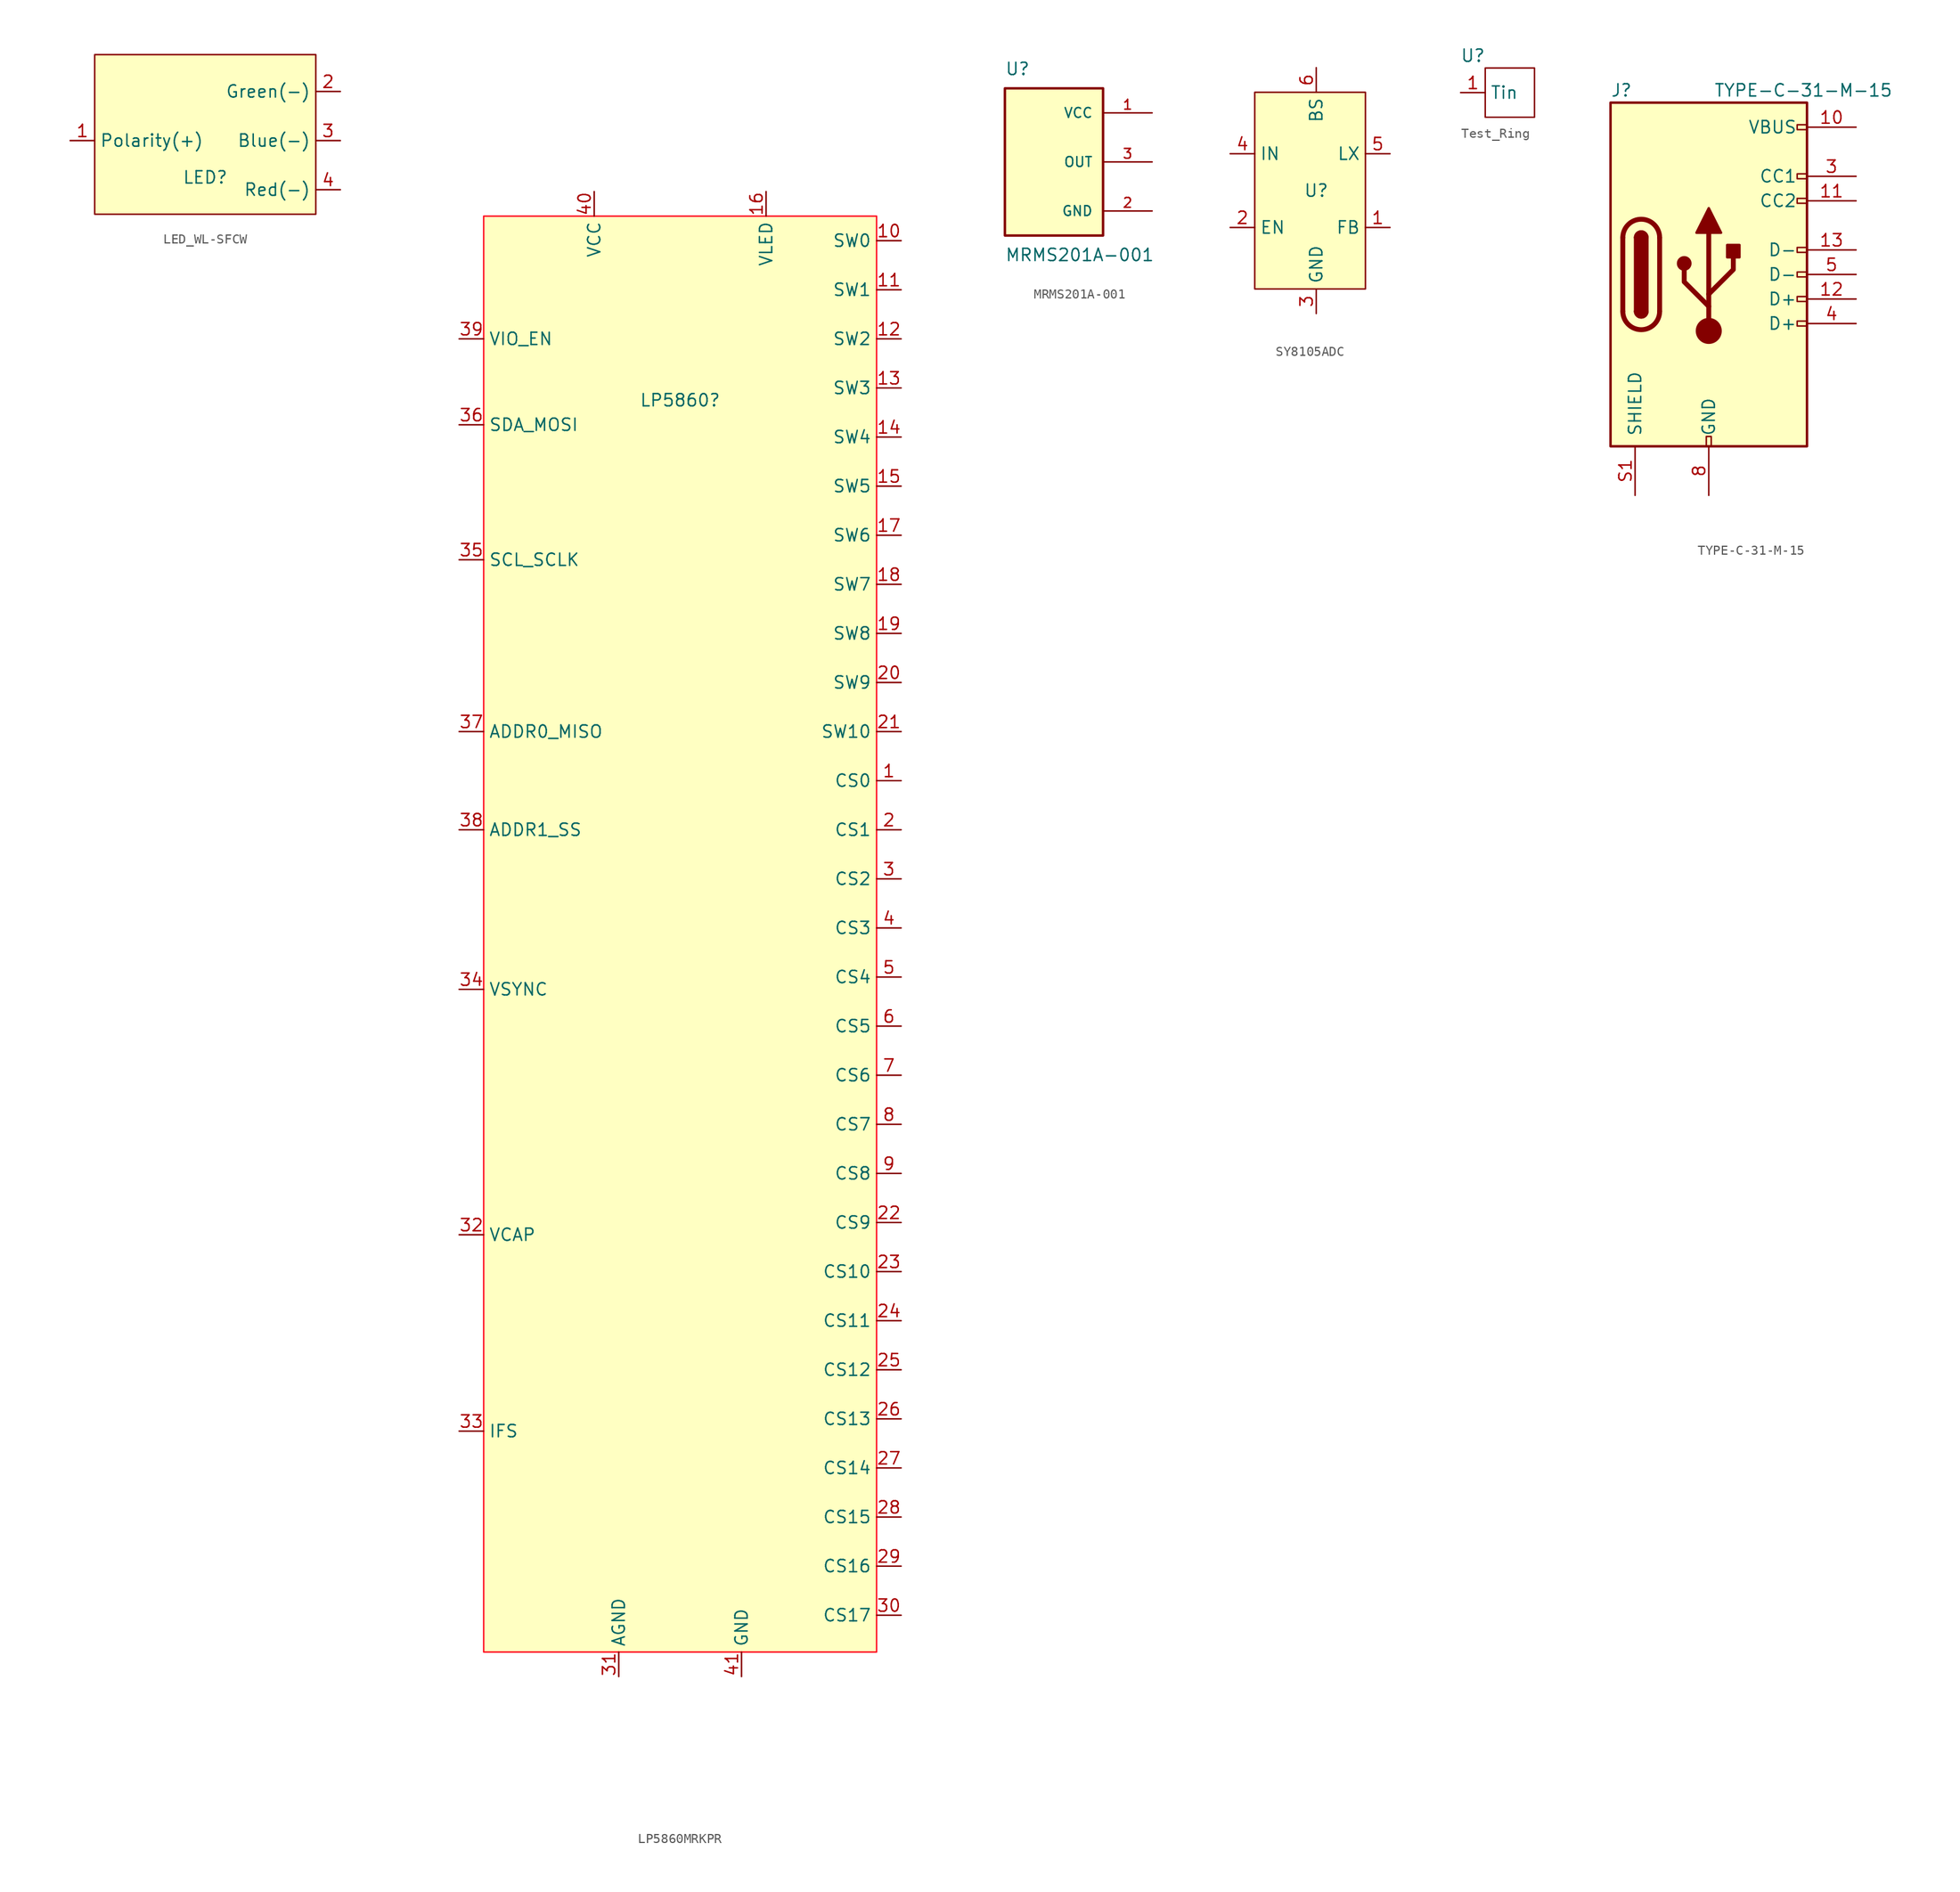
<source format=kicad_sym>
(kicad_symbol_lib
  (version 20220914)
  (generator kicad_symbol_editor)
  (symbol "LED_WL-SFCW"
    (property "Reference" "LED"
      (at 0 -5.08 0)
      (effects (font (size 1.27 1.27))))
    (property "Value" ""
      (at -2.54 -3.81 0)
      (effects (font (size 1.27 1.27))))
    (symbol "LED_WL-SFCW_0_1"
      (rectangle (start -11.43 7.62) (end 11.43 -8.89) (stroke (width 0) (type default)) (fill (type background))))
    (symbol "LED_WL-SFCW_1_1"
      (pin input line (at -13.97 -1.27 0) (length 2.54) (name "Polarity(+)" (effects (font (size 1.27 1.27)))) (number "1" (effects (font (size 1.27 1.27)))))
      (pin input line (at 13.97 3.81 180) (length 2.54) (name "Green(-)" (effects (font (size 1.27 1.27)))) (number "2" (effects (font (size 1.27 1.27)))))
      (pin input line (at 13.97 -1.27 180) (length 2.54) (name "Blue(-)" (effects (font (size 1.27 1.27)))) (number "3" (effects (font (size 1.27 1.27)))))
      (pin input line (at 13.97 -6.35 180) (length 2.54) (name "Red(-)" (effects (font (size 1.27 1.27)))) (number "4" (effects (font (size 1.27 1.27)))))))
  (symbol "LP5860MRKPR"
    (property "Reference" "LP5860"
      (at 0 49.53 0)
      (effects (font (size 1.27 1.27))))
    (property "Value" ""
      (at -12.7 68.58 0)
      (effects (font (size 1.27 1.27))))
    (symbol "LP5860MRKPR_0_1"
      (rectangle (start -20.32 68.58) (end 20.32 -80.01) (stroke (width 0) (type default) (color 255 15 34 1)) (fill (type background))))
    (symbol "LP5860MRKPR_1_1"
      (pin input line (at 22.86 10.16 180) (length 2.54) (name "CS0" (effects (font (size 1.27 1.27)))) (number "1" (effects (font (size 1.27 1.27)))))
      (pin input line (at 22.86 66.04 180) (length 2.54) (name "SW0" (effects (font (size 1.27 1.27)))) (number "10" (effects (font (size 1.27 1.27)))))
      (pin input line (at 22.86 60.96 180) (length 2.54) (name "SW1" (effects (font (size 1.27 1.27)))) (number "11" (effects (font (size 1.27 1.27)))))
      (pin input line (at 22.86 55.88 180) (length 2.54) (name "SW2" (effects (font (size 1.27 1.27)))) (number "12" (effects (font (size 1.27 1.27)))))
      (pin input line (at 22.86 50.8 180) (length 2.54) (name "SW3" (effects (font (size 1.27 1.27)))) (number "13" (effects (font (size 1.27 1.27)))))
      (pin input line (at 22.86 45.72 180) (length 2.54) (name "SW4" (effects (font (size 1.27 1.27)))) (number "14" (effects (font (size 1.27 1.27)))))
      (pin input line (at 22.86 40.64 180) (length 2.54) (name "SW5" (effects (font (size 1.27 1.27)))) (number "15" (effects (font (size 1.27 1.27)))))
      (pin input line (at 8.89 71.12 270) (length 2.54) (name "VLED" (effects (font (size 1.27 1.27)))) (number "16" (effects (font (size 1.27 1.27)))))
      (pin input line (at 22.86 35.56 180) (length 2.54) (name "SW6" (effects (font (size 1.27 1.27)))) (number "17" (effects (font (size 1.27 1.27)))))
      (pin input line (at 22.86 30.48 180) (length 2.54) (name "SW7" (effects (font (size 1.27 1.27)))) (number "18" (effects (font (size 1.27 1.27)))))
      (pin input line (at 22.86 25.4 180) (length 2.54) (name "SW8" (effects (font (size 1.27 1.27)))) (number "19" (effects (font (size 1.27 1.27)))))
      (pin input line (at 22.86 5.08 180) (length 2.54) (name "CS1" (effects (font (size 1.27 1.27)))) (number "2" (effects (font (size 1.27 1.27)))))
      (pin input line (at 22.86 20.32 180) (length 2.54) (name "SW9" (effects (font (size 1.27 1.27)))) (number "20" (effects (font (size 1.27 1.27)))))
      (pin input line (at 22.86 15.24 180) (length 2.54) (name "SW10" (effects (font (size 1.27 1.27)))) (number "21" (effects (font (size 1.27 1.27)))))
      (pin input line (at 22.86 -35.56 180) (length 2.54) (name "CS9" (effects (font (size 1.27 1.27)))) (number "22" (effects (font (size 1.27 1.27)))))
      (pin input line (at 22.86 -40.64 180) (length 2.54) (name "CS10" (effects (font (size 1.27 1.27)))) (number "23" (effects (font (size 1.27 1.27)))))
      (pin input line (at 22.86 -45.72 180) (length 2.54) (name "CS11" (effects (font (size 1.27 1.27)))) (number "24" (effects (font (size 1.27 1.27)))))
      (pin input line (at 22.86 -50.8 180) (length 2.54) (name "CS12" (effects (font (size 1.27 1.27)))) (number "25" (effects (font (size 1.27 1.27)))))
      (pin input line (at 22.86 -55.88 180) (length 2.54) (name "CS13" (effects (font (size 1.27 1.27)))) (number "26" (effects (font (size 1.27 1.27)))))
      (pin input line (at 22.86 -60.96 180) (length 2.54) (name "CS14" (effects (font (size 1.27 1.27)))) (number "27" (effects (font (size 1.27 1.27)))))
      (pin input line (at 22.86 -66.04 180) (length 2.54) (name "CS15" (effects (font (size 1.27 1.27)))) (number "28" (effects (font (size 1.27 1.27)))))
      (pin input line (at 22.86 -71.12 180) (length 2.54) (name "CS16" (effects (font (size 1.27 1.27)))) (number "29" (effects (font (size 1.27 1.27)))))
      (pin input line (at 22.86 0 180) (length 2.54) (name "CS2" (effects (font (size 1.27 1.27)))) (number "3" (effects (font (size 1.27 1.27)))))
      (pin input line (at 22.86 -76.2 180) (length 2.54) (name "CS17" (effects (font (size 1.27 1.27)))) (number "30" (effects (font (size 1.27 1.27)))))
      (pin input line (at -6.35 -82.55 90) (length 2.54) (name "AGND" (effects (font (size 1.27 1.27)))) (number "31" (effects (font (size 1.27 1.27)))))
      (pin input line (at -22.86 -36.83 0) (length 2.54) (name "VCAP" (effects (font (size 1.27 1.27)))) (number "32" (effects (font (size 1.27 1.27)))))
      (pin input line (at -22.86 -57.15 0) (length 2.54) (name "IFS" (effects (font (size 1.27 1.27)))) (number "33" (effects (font (size 1.27 1.27)))))
      (pin input line (at -22.86 -11.43 0) (length 2.54) (name "VSYNC" (effects (font (size 1.27 1.27)))) (number "34" (effects (font (size 1.27 1.27)))))
      (pin input line (at -22.86 33.02 0) (length 2.54) (name "SCL_SCLK" (effects (font (size 1.27 1.27)))) (number "35" (effects (font (size 1.27 1.27)))))
      (pin input line (at -22.86 46.99 0) (length 2.54) (name "SDA_MOSI" (effects (font (size 1.27 1.27)))) (number "36" (effects (font (size 1.27 1.27)))))
      (pin input line (at -22.86 15.24 0) (length 2.54) (name "ADDR0_MISO" (effects (font (size 1.27 1.27)))) (number "37" (effects (font (size 1.27 1.27)))))
      (pin input line (at -22.86 5.08 0) (length 2.54) (name "ADDR1_SS" (effects (font (size 1.27 1.27)))) (number "38" (effects (font (size 1.27 1.27)))))
      (pin input line (at -22.86 55.88 0) (length 2.54) (name "VIO_EN" (effects (font (size 1.27 1.27)))) (number "39" (effects (font (size 1.27 1.27)))))
      (pin input line (at 22.86 -5.08 180) (length 2.54) (name "CS3" (effects (font (size 1.27 1.27)))) (number "4" (effects (font (size 1.27 1.27)))))
      (pin input line (at -8.89 71.12 270) (length 2.54) (name "VCC" (effects (font (size 1.27 1.27)))) (number "40" (effects (font (size 1.27 1.27)))))
      (pin input line (at 6.35 -82.55 90) (length 2.54) (name "GND" (effects (font (size 1.27 1.27)))) (number "41" (effects (font (size 1.27 1.27)))))
      (pin input line (at 22.86 -10.16 180) (length 2.54) (name "CS4" (effects (font (size 1.27 1.27)))) (number "5" (effects (font (size 1.27 1.27)))))
      (pin input line (at 22.86 -15.24 180) (length 2.54) (name "CS5" (effects (font (size 1.27 1.27)))) (number "6" (effects (font (size 1.27 1.27)))))
      (pin input line (at 22.86 -20.32 180) (length 2.54) (name "CS6" (effects (font (size 1.27 1.27)))) (number "7" (effects (font (size 1.27 1.27)))))
      (pin input line (at 22.86 -25.4 180) (length 2.54) (name "CS7" (effects (font (size 1.27 1.27)))) (number "8" (effects (font (size 1.27 1.27)))))
      (pin input line (at 22.86 -30.48 180) (length 2.54) (name "CS8" (effects (font (size 1.27 1.27)))) (number "9" (effects (font (size 1.27 1.27)))))))
  (symbol "MRMS201A-001"
    (pin_names
      (offset 1.016))
    (property "Reference" "U"
      (at -5.08 8.89 0)
      (effects (font (size 1.27 1.27)) (justify left bottom)))
    (property "Value" "MRMS201A-001"
      (at -5.08 -8.89 0)
      (effects (font (size 1.27 1.27)) (justify left top)))
    (symbol "MRMS201A-001_0_0"
      (rectangle (start -5.08 7.62) (end 5.08 -7.62) (stroke (width 0.254) (type default)) (fill (type background)))
      (pin power_in line (at 10.16 5.08 180) (length 5.08) (name "VCC" (effects (font (size 1.016 1.016)))) (number "1" (effects (font (size 1.016 1.016)))))
      (pin power_in line (at 10.16 -5.08 180) (length 5.08) (name "GND" (effects (font (size 1.016 1.016)))) (number "2" (effects (font (size 1.016 1.016)))))
      (pin output line (at 10.16 0 180) (length 5.08) (name "OUT" (effects (font (size 1.016 1.016)))) (number "3" (effects (font (size 1.016 1.016)))))))
  (symbol "SY8105ADC"
    (property "Reference" "U"
      (at 0 2.54 0)
      (effects (font (size 1.27 1.27))))
    (property "Value" ""
      (at 0 0 0)
      (effects (font (size 1.27 1.27))))
    (symbol "SY8105ADC_0_1"
      (rectangle (start -6.35 12.7) (end 5.08 -7.62) (stroke (width 0) (type default)) (fill (type background))))
    (symbol "SY8105ADC_1_1"
      (pin input line (at 7.62 -1.27 180) (length 2.54) (name "FB" (effects (font (size 1.27 1.27)))) (number "1" (effects (font (size 1.27 1.27)))))
      (pin input line (at -8.89 -1.27 0) (length 2.54) (name "EN" (effects (font (size 1.27 1.27)))) (number "2" (effects (font (size 1.27 1.27)))))
      (pin input line (at 0 -10.16 90) (length 2.54) (name "GND" (effects (font (size 1.27 1.27)))) (number "3" (effects (font (size 1.27 1.27)))))
      (pin input line (at -8.89 6.35 0) (length 2.54) (name "IN" (effects (font (size 1.27 1.27)))) (number "4" (effects (font (size 1.27 1.27)))))
      (pin input line (at 7.62 6.35 180) (length 2.54) (name "LX" (effects (font (size 1.27 1.27)))) (number "5" (effects (font (size 1.27 1.27)))))
      (pin input line (at 0 15.24 270) (length 2.54) (name "BS" (effects (font (size 1.27 1.27)))) (number "6" (effects (font (size 1.27 1.27)))))))
  (symbol "Test_Ring"
    (property "Reference" "U"
      (at 0 0 0)
      (effects (font (size 1.27 1.27))))
    (property "Value" ""
      (at 0 0 0)
      (effects (font (size 1.27 1.27))))
    (symbol "Test_Ring_0_1"
      (rectangle (start 1.27 -1.27) (end 6.35 -6.35) (stroke (width 0) (type default)) (fill (type none))))
    (symbol "Test_Ring_1_1"
      (pin input line (at -1.27 -3.81 0) (length 2.54) (name "Tin" (effects (font (size 1.27 1.27)))) (number "1" (effects (font (size 1.27 1.27)))))))
  (symbol "TYPE-C-31-M-15"
    (pin_names
      (offset 1.016))
    (property "Reference" "J"
      (at -10.16 19.05 0)
      (effects (font (size 1.27 1.27)) (justify left)))
    (property "Value" "TYPE-C-31-M-15"
      (at 19.05 19.05 0)
      (effects (font (size 1.27 1.27)) (justify right)))
    (symbol "TYPE-C-31-M-15_0_0"
      (rectangle (start -0.254 -17.78) (end 0.254 -16.764) (stroke (width 0) (type default)) (fill (type none)))
      (rectangle (start 10.16 -4.826) (end 9.144 -5.334) (stroke (width 0) (type default)) (fill (type none)))
      (rectangle (start 10.16 -2.286) (end 9.144 -2.794) (stroke (width 0) (type default)) (fill (type none)))
      (rectangle (start 10.16 0.254) (end 9.144 -0.254) (stroke (width 0) (type default)) (fill (type none)))
      (rectangle (start 10.16 2.794) (end 9.144 2.286) (stroke (width 0) (type default)) (fill (type none)))
      (rectangle (start 10.16 7.874) (end 9.144 7.366) (stroke (width 0) (type default)) (fill (type none)))
      (rectangle (start 10.16 10.414) (end 9.144 9.906) (stroke (width 0) (type default)) (fill (type none)))
      (rectangle (start 10.16 15.494) (end 9.144 14.986) (stroke (width 0) (type default)) (fill (type none))))
    (symbol "TYPE-C-31-M-15_0_1"
      (rectangle (start -10.16 17.78) (end 10.16 -17.78) (stroke (width 0.254) (type default)) (fill (type background)))
      (arc (start -8.89 -3.81) (mid -6.985 -5.7067) (end -5.08 -3.81) (stroke (width 0.508) (type default)) (fill (type none)))
      (arc (start -7.62 -3.81) (mid -6.985 -4.4423) (end -6.35 -3.81) (stroke (width 0.254) (type default)) (fill (type none)))
      (arc (start -7.62 -3.81) (mid -6.985 -4.4423) (end -6.35 -3.81) (stroke (width 0.254) (type default)) (fill (type outline)))
      (rectangle (start -7.62 -3.81) (end -6.35 3.81) (stroke (width 0.254) (type default)) (fill (type outline)))
      (arc (start -6.35 3.81) (mid -6.985 4.4423) (end -7.62 3.81) (stroke (width 0.254) (type default)) (fill (type none)))
      (arc (start -6.35 3.81) (mid -6.985 4.4423) (end -7.62 3.81) (stroke (width 0.254) (type default)) (fill (type outline)))
      (arc (start -5.08 3.81) (mid -6.985 5.7067) (end -8.89 3.81) (stroke (width 0.508) (type default)) (fill (type none)))
      (circle (center -2.54 1.143) (radius 0.635) (stroke (width 0.254) (type default)) (fill (type outline)))
      (circle (center 0 -5.842) (radius 1.27) (stroke (width 0) (type default)) (fill (type outline)))
      (polyline (pts (xy -8.89 -3.81) (xy -8.89 3.81)) (stroke (width 0.508) (type default)) (fill (type none)))
      (polyline (pts (xy -5.08 3.81) (xy -5.08 -3.81)) (stroke (width 0.508) (type default)) (fill (type none)))
      (polyline (pts (xy 0 -5.842) (xy 0 4.318)) (stroke (width 0.508) (type default)) (fill (type none)))
      (polyline (pts (xy 0 -3.302) (xy -2.54 -0.762) (xy -2.54 0.508)) (stroke (width 0.508) (type default)) (fill (type none)))
      (polyline (pts (xy 0 -2.032) (xy 2.54 0.508) (xy 2.54 1.778)) (stroke (width 0.508) (type default)) (fill (type none)))
      (polyline (pts (xy -1.27 4.318) (xy 0 6.858) (xy 1.27 4.318) (xy -1.27 4.318)) (stroke (width 0.254) (type default)) (fill (type outline)))
      (rectangle (start 1.905 1.778) (end 3.175 3.048) (stroke (width 0.254) (type default)) (fill (type outline))))
    (symbol "TYPE-C-31-M-15_1_1"
      (pin passive line (at 0 -22.86 90) (length 5.08) hide (name "GND" (effects (font (size 1.27 1.27)))) (number "1" (effects (font (size 1.27 1.27)))))
      (pin passive line (at 15.24 15.24 180) (length 5.08) (name "VBUS" (effects (font (size 1.27 1.27)))) (number "10" (effects (font (size 1.27 1.27)))))
      (pin bidirectional line (at 15.24 7.62 180) (length 5.08) (name "CC2" (effects (font (size 1.27 1.27)))) (number "11" (effects (font (size 1.27 1.27)))))
      (pin bidirectional line (at 15.24 -2.54 180) (length 5.08) (name "D+" (effects (font (size 1.27 1.27)))) (number "12" (effects (font (size 1.27 1.27)))))
      (pin bidirectional line (at 15.24 2.54 180) (length 5.08) (name "D-" (effects (font (size 1.27 1.27)))) (number "13" (effects (font (size 1.27 1.27)))))
      (pin passive line (at 15.24 15.24 180) (length 5.08) hide (name "VBUS" (effects (font (size 1.27 1.27)))) (number "15" (effects (font (size 1.27 1.27)))))
      (pin passive line (at 0 -22.86 90) (length 5.08) hide (name "GND" (effects (font (size 1.27 1.27)))) (number "16" (effects (font (size 1.27 1.27)))))
      (pin passive line (at 15.24 15.24 180) (length 5.08) hide (name "VBUS" (effects (font (size 1.27 1.27)))) (number "2" (effects (font (size 1.27 1.27)))))
      (pin bidirectional line (at 15.24 10.16 180) (length 5.08) (name "CC1" (effects (font (size 1.27 1.27)))) (number "3" (effects (font (size 1.27 1.27)))))
      (pin bidirectional line (at 15.24 -5.08 180) (length 5.08) (name "D+" (effects (font (size 1.27 1.27)))) (number "4" (effects (font (size 1.27 1.27)))))
      (pin bidirectional line (at 15.24 0 180) (length 5.08) (name "D-" (effects (font (size 1.27 1.27)))) (number "5" (effects (font (size 1.27 1.27)))))
      (pin passive line (at 15.24 15.24 180) (length 5.08) hide (name "VBUS" (effects (font (size 1.27 1.27)))) (number "7" (effects (font (size 1.27 1.27)))))
      (pin passive line (at 0 -22.86 90) (length 5.08) (name "GND" (effects (font (size 1.27 1.27)))) (number "8" (effects (font (size 1.27 1.27)))))
      (pin passive line (at 0 -22.86 90) (length 5.08) hide (name "GND" (effects (font (size 1.27 1.27)))) (number "9" (effects (font (size 1.27 1.27)))))
      (pin passive line (at -7.62 -22.86 90) (length 5.08) (name "SHIELD" (effects (font (size 1.27 1.27)))) (number "S1" (effects (font (size 1.27 1.27))))))))
</source>
